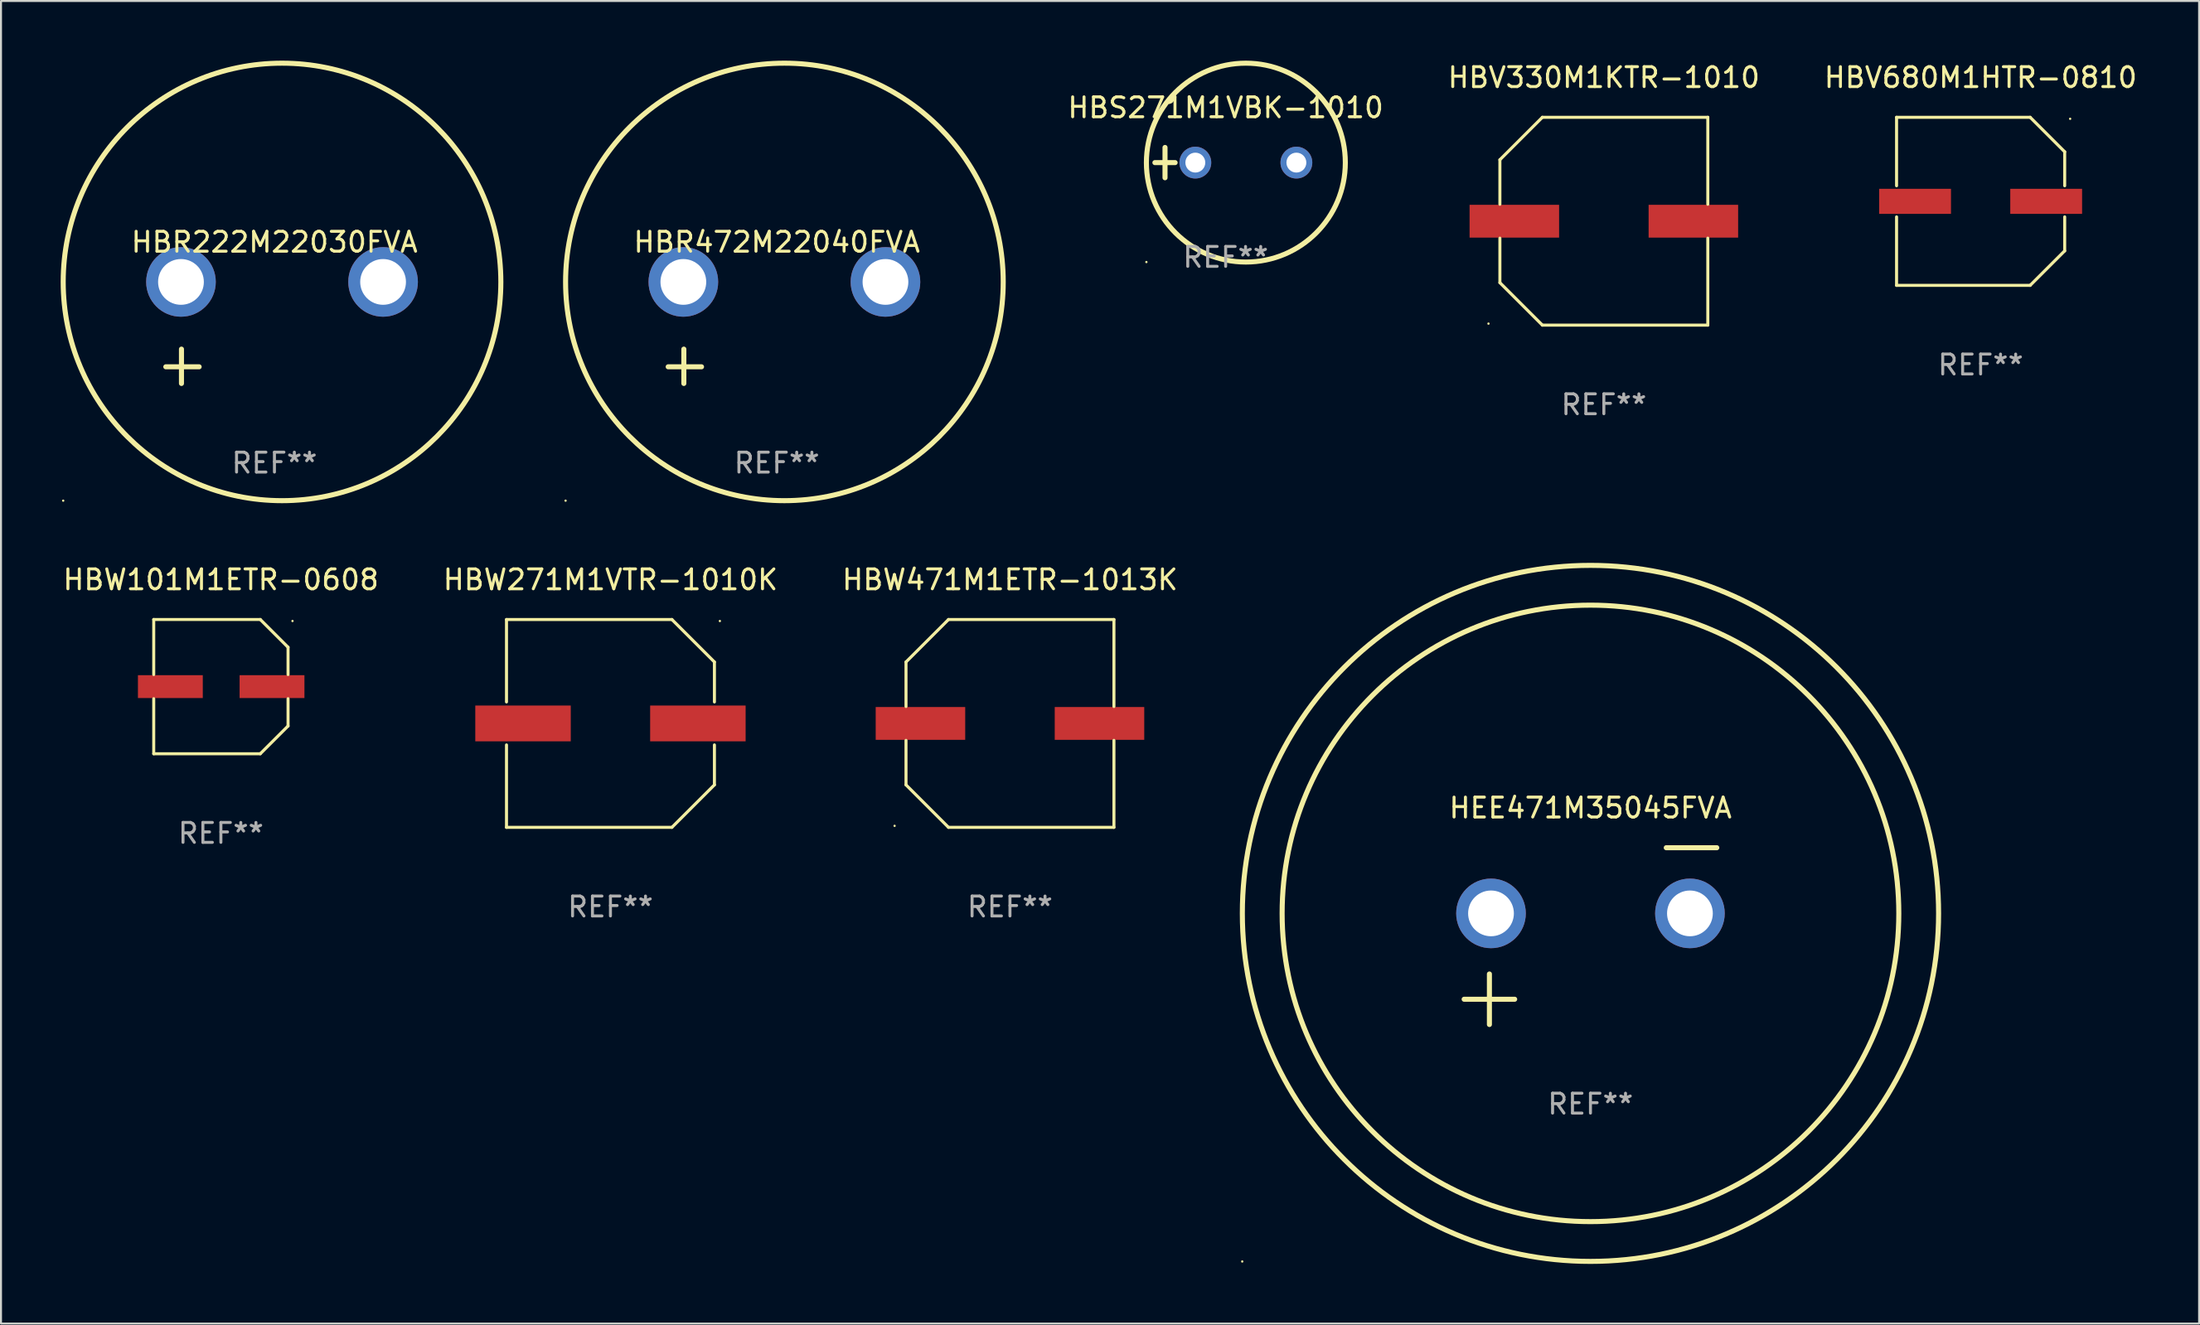
<source format=kicad_pcb>
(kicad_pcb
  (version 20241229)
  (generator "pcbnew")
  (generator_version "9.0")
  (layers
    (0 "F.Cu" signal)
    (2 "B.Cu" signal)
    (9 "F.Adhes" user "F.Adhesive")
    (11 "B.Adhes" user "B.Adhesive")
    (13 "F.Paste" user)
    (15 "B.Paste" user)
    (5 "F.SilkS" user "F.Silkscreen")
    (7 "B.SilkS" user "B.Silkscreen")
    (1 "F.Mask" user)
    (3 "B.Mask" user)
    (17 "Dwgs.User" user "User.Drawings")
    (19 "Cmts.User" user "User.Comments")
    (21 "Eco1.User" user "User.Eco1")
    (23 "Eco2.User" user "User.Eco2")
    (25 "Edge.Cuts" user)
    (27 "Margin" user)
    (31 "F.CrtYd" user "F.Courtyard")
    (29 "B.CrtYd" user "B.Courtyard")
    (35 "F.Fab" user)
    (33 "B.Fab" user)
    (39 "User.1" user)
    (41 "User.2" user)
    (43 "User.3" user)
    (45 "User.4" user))
  (footprint "HBR472M22040FVA"
    (layer "F.Cu")
    (at 36 13.68)
    (property "Reference" "HBR472M22040FVA" (at 0 -4.553 0) (layer "F.SilkS") (effects (font (size 1 1) (thickness 0.15))))
    (attr through_hole)
    (fp_line (start -4.674 2.553) (end -4.674 0.826) (stroke (width 0.254) (type solid)) (layer "F.SilkS"))
    (fp_line (start -3.785 1.715) (end -5.461 1.715) (stroke (width 0.254) (type solid)) (layer "F.SilkS"))
    (fp_circle (center -10.619 8.447) (end -10.589 8.447) (stroke (width 0.06) (type solid)) (fill no) (layer "F.SilkS"))
    (fp_circle (center 0.381 -2.553) (end 11.381 -2.553) (stroke (width 0.254) (type solid)) (fill no) (layer "F.SilkS"))
    (fp_text user "REF**" (at 0 6.553 0) (layer "F.Fab") (effects (font (size 1 1) (thickness 0.15))))
    (pad "1" thru_hole circle (at -4.699 -2.553) (size 3.5 3.5) (drill 2.3) (layers "*.Cu" "*.Mask"))
    (pad "2" thru_hole circle (at 5.461 -2.553) (size 3.5 3.5) (drill 2.3) (layers "*.Cu" "*.Mask")))
  (footprint "HBW471M1ETR-1013K"
    (layer "F.Cu")
    (at 47.72 33.329)
    (property "Reference" "HBW471M1ETR-1013K" (at 0 -7.226 0) (layer "F.SilkS") (effects (font (size 1 1) (thickness 0.15))))
    (attr through_hole)
    (fp_line (start -5.226 -3.09) (end -5.226 -0.852) (stroke (width 0.152) (type solid)) (layer "F.SilkS"))
    (fp_line (start -5.226 3.09) (end -5.226 0.852) (stroke (width 0.152) (type solid)) (layer "F.SilkS"))
    (fp_line (start -3.09 -5.226) (end -5.226 -3.09) (stroke (width 0.152) (type solid)) (layer "F.SilkS"))
    (fp_line (start -3.09 5.226) (end -5.226 3.09) (stroke (width 0.152) (type solid)) (layer "F.SilkS"))
    (fp_line (start 5.226 -5.226) (end -3.09 -5.226) (stroke (width 0.152) (type solid)) (layer "F.SilkS"))
    (fp_line (start 5.226 -0.852) (end 5.226 -5.226) (stroke (width 0.152) (type solid)) (layer "F.SilkS"))
    (fp_line (start 5.226 0.852) (end 5.226 5.226) (stroke (width 0.152) (type solid)) (layer "F.SilkS"))
    (fp_line (start 5.226 5.226) (end -3.09 5.226) (stroke (width 0.152) (type solid)) (layer "F.SilkS"))
    (fp_circle (center -5.8 5.15) (end -5.77 5.15) (stroke (width 0.06) (type solid)) (fill no) (layer "F.SilkS"))
    (fp_text user "REF**" (at 0 9.226 0) (layer "F.Fab") (effects (font (size 1 1) (thickness 0.15))))
    (pad "1" smd rect (at -4.5 0) (size 4.5 1.65) (layers "F.Cu" "F.Mask" "F.Paste"))
    (pad "2" smd rect (at 4.5 0) (size 4.5 1.65) (layers "F.Cu" "F.Mask" "F.Paste")))
  (footprint "HBW271M1VTR-1010K"
    (layer "F.Cu")
    (at 27.637 33.329)
    (property "Reference" "HBW271M1VTR-1010K" (at 0 -7.226 0) (layer "F.SilkS") (effects (font (size 1 1) (thickness 0.15))))
    (attr through_hole)
    (fp_line (start -5.226 -5.226) (end -5.226 -1.08) (stroke (width 0.152) (type solid)) (layer "F.SilkS"))
    (fp_line (start -5.226 -5.226) (end 3.09 -5.226) (stroke (width 0.152) (type solid)) (layer "F.SilkS"))
    (fp_line (start -5.226 1.08) (end -5.226 5.226) (stroke (width 0.152) (type solid)) (layer "F.SilkS"))
    (fp_line (start -5.226 5.226) (end 3.09 5.226) (stroke (width 0.152) (type solid)) (layer "F.SilkS"))
    (fp_line (start 3.09 -5.226) (end 5.226 -3.09) (stroke (width 0.152) (type solid)) (layer "F.SilkS"))
    (fp_line (start 3.09 5.226) (end 5.226 3.09) (stroke (width 0.152) (type solid)) (layer "F.SilkS"))
    (fp_line (start 5.226 -1.08) (end 5.226 -3.09) (stroke (width 0.152) (type solid)) (layer "F.SilkS"))
    (fp_line (start 5.226 3.09) (end 5.226 1.08) (stroke (width 0.152) (type solid)) (layer "F.SilkS"))
    (fp_circle (center 5.5 -5.15) (end 5.53 -5.15) (stroke (width 0.06) (type solid)) (fill no) (layer "F.SilkS"))
    (fp_text user "REF**" (at 0 9.226 0) (layer "F.Fab") (effects (font (size 1 1) (thickness 0.15))))
    (pad "1" smd rect (at 4.395 0 180) (size 4.8 1.8) (layers "F.Cu" "F.Mask" "F.Paste"))
    (pad "2" smd rect (at -4.395 0 180) (size 4.8 1.8) (layers "F.Cu" "F.Mask" "F.Paste")))
  (footprint "HBV330M1KTR-1010"
    (layer "F.Cu")
    (at 77.574 8.074)
    (property "Reference" "HBV330M1KTR-1010" (at 0 -7.226 0) (layer "F.SilkS") (effects (font (size 1 1) (thickness 0.15))))
    (attr through_hole)
    (fp_line (start -5.226 -3.09) (end -5.226 -0.852) (stroke (width 0.152) (type solid)) (layer "F.SilkS"))
    (fp_line (start -5.226 3.09) (end -5.226 0.852) (stroke (width 0.152) (type solid)) (layer "F.SilkS"))
    (fp_line (start -3.09 -5.226) (end -5.226 -3.09) (stroke (width 0.152) (type solid)) (layer "F.SilkS"))
    (fp_line (start -3.09 5.226) (end -5.226 3.09) (stroke (width 0.152) (type solid)) (layer "F.SilkS"))
    (fp_line (start 5.226 -5.226) (end -3.09 -5.226) (stroke (width 0.152) (type solid)) (layer "F.SilkS"))
    (fp_line (start 5.226 -0.852) (end 5.226 -5.226) (stroke (width 0.152) (type solid)) (layer "F.SilkS"))
    (fp_line (start 5.226 0.852) (end 5.226 5.226) (stroke (width 0.152) (type solid)) (layer "F.SilkS"))
    (fp_line (start 5.226 5.226) (end -3.09 5.226) (stroke (width 0.152) (type solid)) (layer "F.SilkS"))
    (fp_circle (center -5.8 5.15) (end -5.77 5.15) (stroke (width 0.06) (type solid)) (fill no) (layer "F.SilkS"))
    (fp_text user "REF**" (at 0 9.226 0) (layer "F.Fab") (effects (font (size 1 1) (thickness 0.15))))
    (pad "1" smd rect (at -4.5 0) (size 4.5 1.65) (layers "F.Cu" "F.Mask" "F.Paste"))
    (pad "2" smd rect (at 4.5 0) (size 4.5 1.65) (layers "F.Cu" "F.Mask" "F.Paste")))
  (footprint "HBW101M1ETR-0608"
    (layer "F.Cu")
    (at 8.054 31.478)
    (property "Reference" "HBW101M1ETR-0608" (at 0 -5.376 0) (layer "F.SilkS") (effects (font (size 1 1) (thickness 0.15))))
    (attr through_hole)
    (fp_line (start -3.376 -3.376) (end 1.98 -3.376) (stroke (width 0.152) (type solid)) (layer "F.SilkS"))
    (fp_line (start -3.376 -0.607) (end -3.376 -3.376) (stroke (width 0.152) (type solid)) (layer "F.SilkS"))
    (fp_line (start -3.376 0.607) (end -3.376 3.376) (stroke (width 0.152) (type solid)) (layer "F.SilkS"))
    (fp_line (start -3.376 3.376) (end 1.98 3.376) (stroke (width 0.152) (type solid)) (layer "F.SilkS"))
    (fp_line (start 1.98 -3.376) (end 3.376 -1.98) (stroke (width 0.152) (type solid)) (layer "F.SilkS"))
    (fp_line (start 1.98 3.376) (end 3.376 1.98) (stroke (width 0.152) (type solid)) (layer "F.SilkS"))
    (fp_line (start 3.376 -1.98) (end 3.376 -0.607) (stroke (width 0.152) (type solid)) (layer "F.SilkS"))
    (fp_line (start 3.376 1.98) (end 3.376 0.607) (stroke (width 0.152) (type solid)) (layer "F.SilkS"))
    (fp_circle (center 3.6 -3.3) (end 3.63 -3.3) (stroke (width 0.06) (type solid)) (fill no) (layer "F.SilkS"))
    (fp_text user "REF**" (at 0 7.376 0) (layer "F.Fab") (effects (font (size 1 1) (thickness 0.15))))
    (pad "1" smd rect (at 2.57 0 180) (size 3.26 1.15) (layers "F.Cu" "F.Mask" "F.Paste"))
    (pad "2" smd rect (at -2.54 0 180) (size 3.26 1.15) (layers "F.Cu" "F.Mask" "F.Paste")))
  (footprint "HBV680M1HTR-0810"
    (layer "F.Cu")
    (at 96.514 7.074)
    (property "Reference" "HBV680M1HTR-0810" (at 0 -6.226 0) (layer "F.SilkS") (effects (font (size 1 1) (thickness 0.15))))
    (attr through_hole)
    (fp_line (start -4.226 -4.226) (end 2.49 -4.226) (stroke (width 0.152) (type solid)) (layer "F.SilkS"))
    (fp_line (start -4.226 -0.782) (end -4.226 -4.226) (stroke (width 0.152) (type solid)) (layer "F.SilkS"))
    (fp_line (start -4.226 0.782) (end -4.226 4.226) (stroke (width 0.152) (type solid)) (layer "F.SilkS"))
    (fp_line (start -4.226 4.226) (end 2.49 4.226) (stroke (width 0.152) (type solid)) (layer "F.SilkS"))
    (fp_line (start 2.49 -4.226) (end 4.226 -2.49) (stroke (width 0.152) (type solid)) (layer "F.SilkS"))
    (fp_line (start 2.49 4.226) (end 4.226 2.49) (stroke (width 0.152) (type solid)) (layer "F.SilkS"))
    (fp_line (start 4.226 -2.49) (end 4.226 -0.782) (stroke (width 0.152) (type solid)) (layer "F.SilkS"))
    (fp_line (start 4.226 2.49) (end 4.226 0.782) (stroke (width 0.152) (type solid)) (layer "F.SilkS"))
    (fp_circle (center 4.5 -4.15) (end 4.53 -4.15) (stroke (width 0.06) (type solid)) (fill no) (layer "F.SilkS"))
    (fp_text user "REF**" (at 0 8.226 0) (layer "F.Fab") (effects (font (size 1 1) (thickness 0.15))))
    (pad "1" smd rect (at 3.295 0 180) (size 3.61 1.26) (layers "F.Cu" "F.Mask" "F.Paste"))
    (pad "2" smd rect (at -3.295 0 180) (size 3.61 1.26) (layers "F.Cu" "F.Mask" "F.Paste")))
  (footprint "HBR222M22030FVA"
    (layer "F.Cu")
    (at 10.746 13.68)
    (property "Reference" "HBR222M22030FVA" (at 0 -4.553 0) (layer "F.SilkS") (effects (font (size 1 1) (thickness 0.15))))
    (attr through_hole)
    (fp_line (start -4.674 2.553) (end -4.674 0.826) (stroke (width 0.254) (type solid)) (layer "F.SilkS"))
    (fp_line (start -3.785 1.715) (end -5.461 1.715) (stroke (width 0.254) (type solid)) (layer "F.SilkS"))
    (fp_circle (center -10.619 8.447) (end -10.589 8.447) (stroke (width 0.06) (type solid)) (fill no) (layer "F.SilkS"))
    (fp_circle (center 0.381 -2.553) (end 11.381 -2.553) (stroke (width 0.254) (type solid)) (fill no) (layer "F.SilkS"))
    (fp_text user "REF**" (at 0 6.553 0) (layer "F.Fab") (effects (font (size 1 1) (thickness 0.15))))
    (pad "1" thru_hole circle (at -4.699 -2.553) (size 3.5 3.5) (drill 2.3) (layers "*.Cu" "*.Mask"))
    (pad "2" thru_hole circle (at 5.461 -2.553) (size 3.5 3.5) (drill 2.3) (layers "*.Cu" "*.Mask")))
  (footprint "HEE471M35045FVA"
    (layer "F.Cu")
    (at 76.901 44.024)
    (property "Reference" "HEE471M35045FVA" (at 0 -6.445 0) (layer "F.SilkS") (effects (font (size 1 1) (thickness 0.15))))
    (attr through_hole)
    (fp_line (start -6.35 3.175) (end -3.81 3.175) (stroke (width 0.254) (type solid)) (layer "F.SilkS"))
    (fp_line (start -5.08 1.905) (end -5.08 4.445) (stroke (width 0.254) (type solid)) (layer "F.SilkS"))
    (fp_line (start 3.81 -4.445) (end 6.35 -4.445) (stroke (width 0.254) (type solid)) (layer "F.SilkS"))
    (fp_circle (center -17.505 16.362) (end -17.475 16.362) (stroke (width 0.06) (type solid)) (fill no) (layer "F.SilkS"))
    (fp_circle (center 0 -1.143) (end 15.5 -1.143) (stroke (width 0.254) (type solid)) (fill no) (layer "F.SilkS"))
    (fp_circle (center 0 -1.143) (end 17.5 -1.143) (stroke (width 0.254) (type solid)) (fill no) (layer "F.SilkS"))
    (fp_text user "REF**" (at 0 8.445 0) (layer "F.Fab") (effects (font (size 1 1) (thickness 0.15))))
    (pad "1" thru_hole circle (at -5 -1.143) (size 3.5 3.5) (drill 2.3) (layers "*.Cu" "*.Mask"))
    (pad "2" thru_hole circle (at 5 -1.143) (size 3.5 3.5) (drill 2.3) (layers "*.Cu" "*.Mask")))
  (footprint "HBS271M1VBK-1010"
    (layer "F.Cu")
    (at 58.562 5.127)
    (property "Reference" "HBS271M1VBK-1010" (at 0 -2.762 0) (layer "F.SilkS") (effects (font (size 1 1) (thickness 0.15))))
    (attr through_hole)
    (fp_line (start -3.556 0) (end -2.54 0) (stroke (width 0.254) (type solid)) (layer "F.SilkS"))
    (fp_line (start -3.048 -0.762) (end -3.048 0.762) (stroke (width 0.254) (type solid)) (layer "F.SilkS"))
    (fp_circle (center -3.984 5) (end -3.954 5) (stroke (width 0.06) (type solid)) (fill no) (layer "F.SilkS"))
    (fp_circle (center 1.016 0) (end 6.016 0) (stroke (width 0.254) (type solid)) (fill no) (layer "F.SilkS"))
    (fp_text user "REF**" (at 0 4.762 0) (layer "F.Fab") (effects (font (size 1 1) (thickness 0.15))))
    (pad "1" thru_hole circle (at -1.524 0) (size 1.6 1.6) (drill 1) (layers "*.Cu" "*.Mask"))
    (pad "2" thru_hole circle (at 3.556 0) (size 1.6 1.6) (drill 1) (layers "*.Cu" "*.Mask")))
  (gr_rect
    (start -3 -3)
    (end 107.496 63.508)
    (stroke (width 0.1) (type default))
    (fill no)
    (layer "Edge.Cuts")))
</source>
